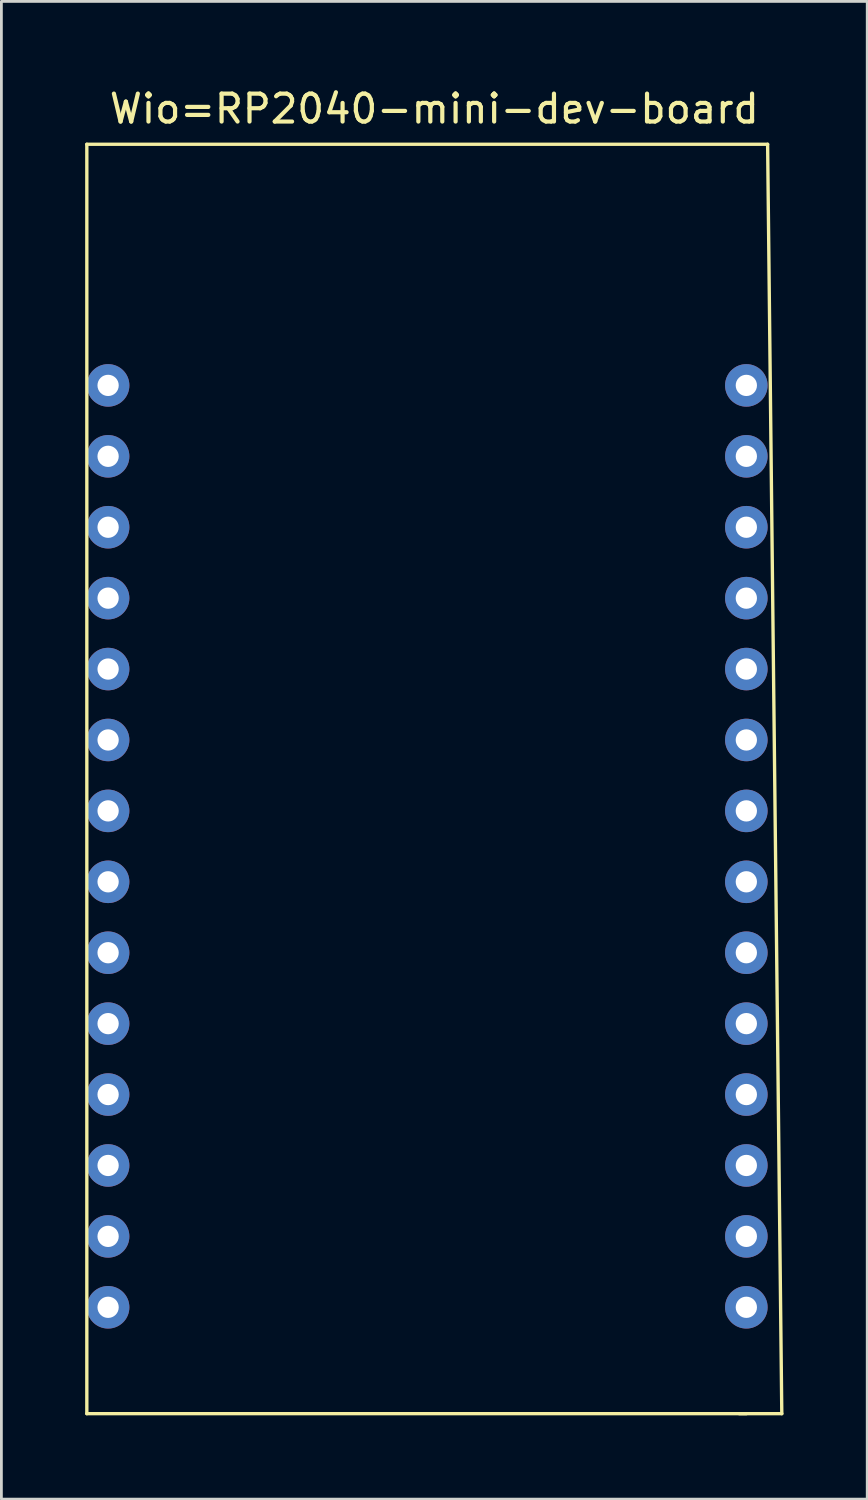
<source format=kicad_pcb>
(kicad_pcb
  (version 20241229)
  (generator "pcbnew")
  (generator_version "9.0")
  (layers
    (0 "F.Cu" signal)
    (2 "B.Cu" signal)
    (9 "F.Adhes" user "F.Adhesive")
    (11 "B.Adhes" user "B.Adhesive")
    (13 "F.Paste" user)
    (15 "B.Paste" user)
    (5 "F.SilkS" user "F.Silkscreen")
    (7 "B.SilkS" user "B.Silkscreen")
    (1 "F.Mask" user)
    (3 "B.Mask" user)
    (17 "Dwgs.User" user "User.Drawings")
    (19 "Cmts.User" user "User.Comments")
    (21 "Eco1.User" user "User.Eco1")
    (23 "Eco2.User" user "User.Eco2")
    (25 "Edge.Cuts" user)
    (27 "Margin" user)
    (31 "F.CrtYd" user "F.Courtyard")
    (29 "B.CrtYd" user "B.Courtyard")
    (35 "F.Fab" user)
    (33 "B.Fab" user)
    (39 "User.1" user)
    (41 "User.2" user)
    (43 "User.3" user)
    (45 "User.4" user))
  (footprint "Wio=RP2040-mini-dev-board"
    (layer "F.Cu")
    (at 5.902 8.214)
    (property "Reference" "Wio=RP2040-mini-dev-board" (at 6.604 -7.366 0) (layer "F.SilkS") (effects (font (size 1 1) (thickness 0.15))))
    (attr through_hole)
    (fp_line (start -5.842 -6.096) (end 18.542 -6.096) (stroke (width 0.12) (type solid)) (layer "F.SilkS"))
    (fp_line (start -5.842 39.37) (end -5.842 -6.096) (stroke (width 0.12) (type solid)) (layer "F.SilkS"))
    (fp_line (start 17.526 39.37) (end 19.05 39.37) (stroke (width 0.12) (type solid)) (layer "F.SilkS"))
    (fp_line (start 17.78 39.37) (end -5.842 39.37) (stroke (width 0.12) (type solid)) (layer "F.SilkS"))
    (fp_line (start 18.542 -6.096) (end 19.05 39.37) (stroke (width 0.12) (type solid)) (layer "F.SilkS"))
    (pad "1" thru_hole circle (at -5.08 2.54) (size 1.524 1.524) (drill 0.762) (layers "*.Cu" "*.Mask"))
    (pad "2" thru_hole circle (at -5.08 5.08) (size 1.524 1.524) (drill 0.762) (layers "*.Cu" "*.Mask"))
    (pad "3" thru_hole circle (at -5.08 7.62) (size 1.524 1.524) (drill 0.762) (layers "*.Cu" "*.Mask"))
    (pad "4" thru_hole circle (at -5.08 10.16) (size 1.524 1.524) (drill 0.762) (layers "*.Cu" "*.Mask"))
    (pad "5" thru_hole circle (at -5.08 12.7) (size 1.524 1.524) (drill 0.762) (layers "*.Cu" "*.Mask"))
    (pad "6" thru_hole circle (at -5.08 15.24) (size 1.524 1.524) (drill 0.762) (layers "*.Cu" "*.Mask"))
    (pad "7" thru_hole circle (at -5.08 17.78) (size 1.524 1.524) (drill 0.762) (layers "*.Cu" "*.Mask"))
    (pad "8" thru_hole circle (at -5.08 20.32) (size 1.524 1.524) (drill 0.762) (layers "*.Cu" "*.Mask"))
    (pad "9" thru_hole circle (at -5.08 22.86) (size 1.524 1.524) (drill 0.762) (layers "*.Cu" "*.Mask"))
    (pad "10" thru_hole circle (at -5.08 25.4) (size 1.524 1.524) (drill 0.762) (layers "*.Cu" "*.Mask"))
    (pad "11" thru_hole circle (at -5.08 27.94) (size 1.524 1.524) (drill 0.762) (layers "*.Cu" "*.Mask"))
    (pad "12" thru_hole circle (at -5.08 30.48) (size 1.524 1.524) (drill 0.762) (layers "*.Cu" "*.Mask"))
    (pad "13" thru_hole circle (at -5.08 33.02) (size 1.524 1.524) (drill 0.762) (layers "*.Cu" "*.Mask"))
    (pad "14" thru_hole circle (at -5.08 35.56) (size 1.524 1.524) (drill 0.762) (layers "*.Cu" "*.Mask"))
    (pad "15" thru_hole circle (at 17.78 35.56) (size 1.524 1.524) (drill 0.762) (layers "*.Cu" "*.Mask"))
    (pad "16" thru_hole circle (at 17.78 33.02) (size 1.524 1.524) (drill 0.762) (layers "*.Cu" "*.Mask"))
    (pad "17" thru_hole circle (at 17.78 30.48) (size 1.524 1.524) (drill 0.762) (layers "*.Cu" "*.Mask"))
    (pad "18" thru_hole circle (at 17.78 27.94) (size 1.524 1.524) (drill 0.762) (layers "*.Cu" "*.Mask"))
    (pad "19" thru_hole circle (at 17.78 25.4) (size 1.524 1.524) (drill 0.762) (layers "*.Cu" "*.Mask"))
    (pad "20" thru_hole circle (at 17.78 22.86) (size 1.524 1.524) (drill 0.762) (layers "*.Cu" "*.Mask"))
    (pad "21" thru_hole circle (at 17.78 20.32) (size 1.524 1.524) (drill 0.762) (layers "*.Cu" "*.Mask"))
    (pad "22" thru_hole circle (at 17.78 17.78) (size 1.524 1.524) (drill 0.762) (layers "*.Cu" "*.Mask"))
    (pad "23" thru_hole circle (at 17.78 15.24) (size 1.524 1.524) (drill 0.762) (layers "*.Cu" "*.Mask"))
    (pad "24" thru_hole circle (at 17.78 12.7) (size 1.524 1.524) (drill 0.762) (layers "*.Cu" "*.Mask"))
    (pad "25" thru_hole circle (at 17.78 10.16) (size 1.524 1.524) (drill 0.762) (layers "*.Cu" "*.Mask"))
    (pad "26" thru_hole circle (at 17.78 7.62) (size 1.524 1.524) (drill 0.762) (layers "*.Cu" "*.Mask"))
    (pad "27" thru_hole circle (at 17.78 5.08) (size 1.524 1.524) (drill 0.762) (layers "*.Cu" "*.Mask"))
    (pad "28" thru_hole circle (at 17.78 2.54) (size 1.524 1.524) (drill 0.762) (layers "*.Cu" "*.Mask")))
  (gr_rect
    (start -3 -3)
    (end 28.012 50.644)
    (stroke (width 0.1) (type default))
    (fill no)
    (layer "Edge.Cuts")))
</source>
